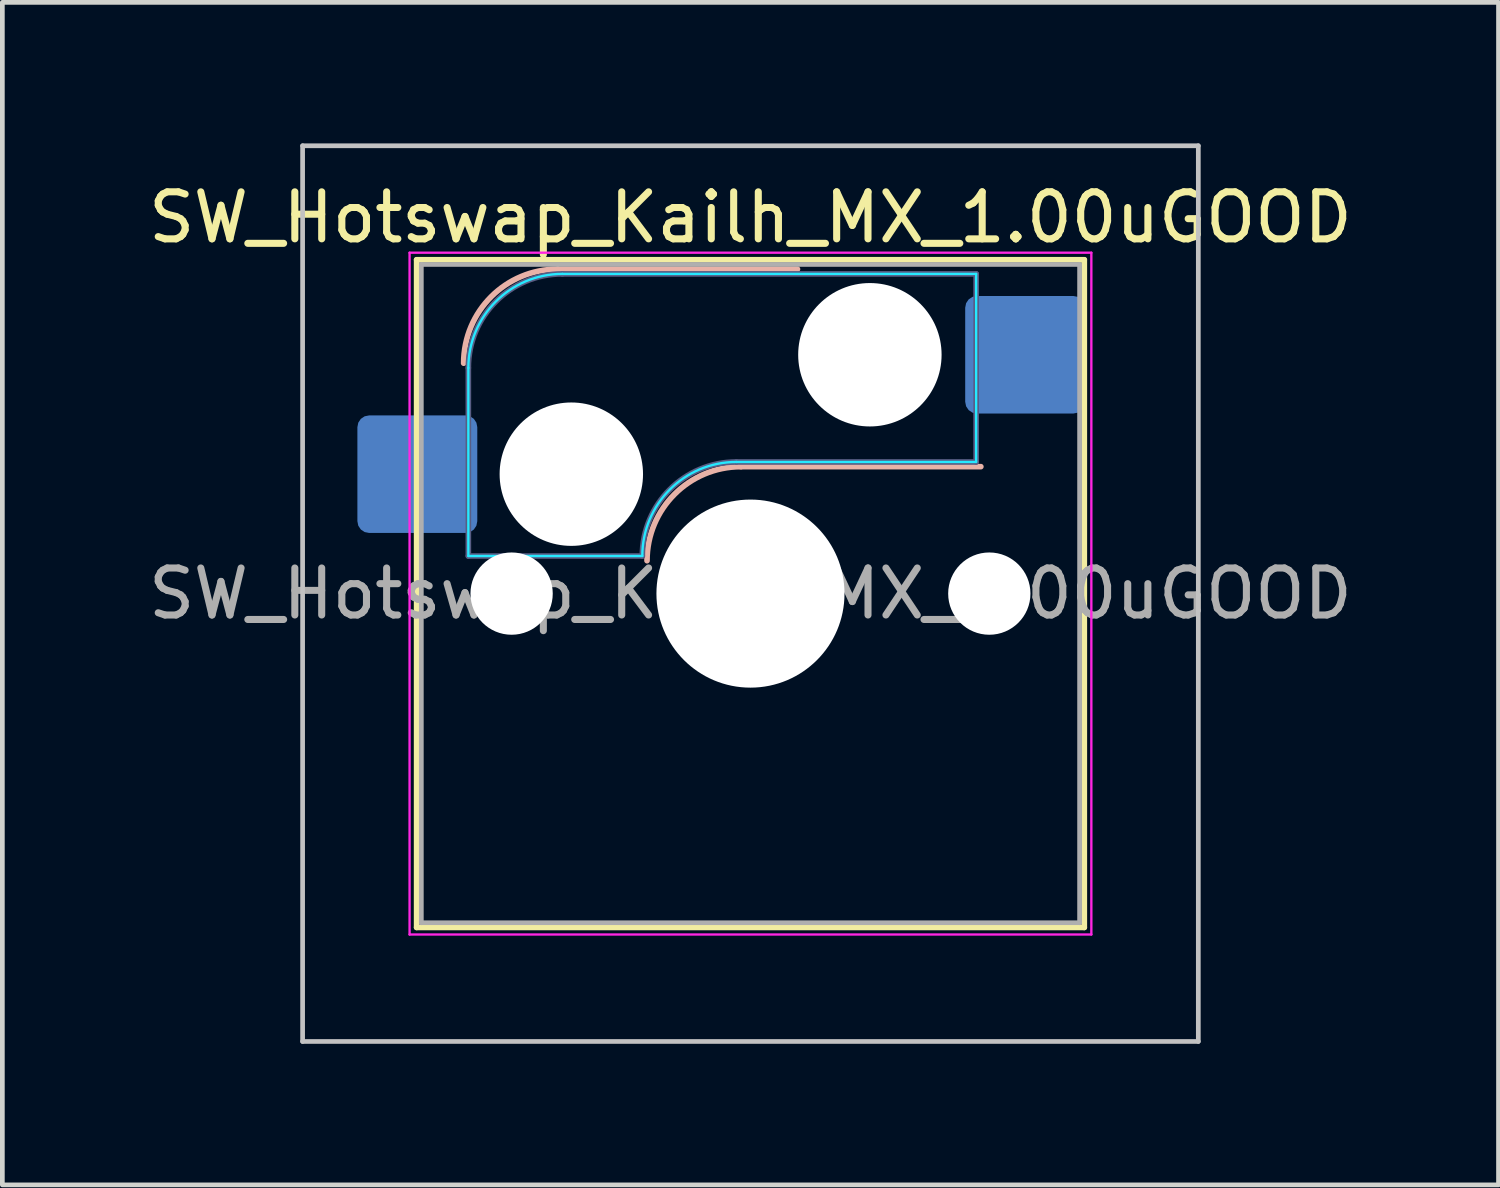
<source format=kicad_pcb>
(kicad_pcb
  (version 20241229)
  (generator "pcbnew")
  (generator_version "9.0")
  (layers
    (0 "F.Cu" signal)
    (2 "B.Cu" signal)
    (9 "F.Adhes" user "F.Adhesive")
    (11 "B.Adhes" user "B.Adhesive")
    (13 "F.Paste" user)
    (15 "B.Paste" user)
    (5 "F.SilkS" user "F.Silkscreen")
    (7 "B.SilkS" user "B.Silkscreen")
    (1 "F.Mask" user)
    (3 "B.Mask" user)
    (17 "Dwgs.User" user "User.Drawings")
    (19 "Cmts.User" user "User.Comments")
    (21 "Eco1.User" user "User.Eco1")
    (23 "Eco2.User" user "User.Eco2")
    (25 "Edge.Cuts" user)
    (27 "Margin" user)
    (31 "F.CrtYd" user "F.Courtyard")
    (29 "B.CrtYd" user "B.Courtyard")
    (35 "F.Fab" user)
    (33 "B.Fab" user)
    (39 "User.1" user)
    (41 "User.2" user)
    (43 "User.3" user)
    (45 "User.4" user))
  (footprint "SW_Hotswap_Kailh_MX_1.00uGOOD"
    (layer "F.Cu")
    (at 12.911 9.575)
    (property "Reference" "SW_Hotswap_Kailh_MX_1.00uGOOD" (at 0 -8 0) (layer "F.SilkS") (effects (font (size 1 1) (thickness 0.15))))
    (attr smd)
    (fp_line (start -7.1 -7.1) (end -7.1 7.1) (stroke (width 0.12) (type solid)) (layer "F.SilkS"))
    (fp_line (start -7.1 7.1) (end 7.1 7.1) (stroke (width 0.12) (type solid)) (layer "F.SilkS"))
    (fp_line (start 7.1 -7.1) (end -7.1 -7.1) (stroke (width 0.12) (type solid)) (layer "F.SilkS"))
    (fp_line (start 7.1 7.1) (end 7.1 -7.1) (stroke (width 0.12) (type solid)) (layer "F.SilkS"))
    (fp_line (start -4.1 -6.9) (end 1 -6.9) (stroke (width 0.12) (type solid)) (layer "B.SilkS"))
    (fp_line (start -0.2 -2.7) (end 4.9 -2.7) (stroke (width 0.12) (type solid)) (layer "B.SilkS"))
    (fp_arc (start -6.1 -4.9) (mid -5.514214 -6.314214) (end -4.1 -6.9) (stroke (width 0.12) (type solid)) (layer "B.SilkS"))
    (fp_arc (start -2.2 -0.7) (mid -1.614214 -2.114214) (end -0.2 -2.7) (stroke (width 0.12) (type solid)) (layer "B.SilkS"))
    (fp_line (start -9.525 -9.525) (end -9.525 9.525) (stroke (width 0.1) (type solid)) (layer "Dwgs.User"))
    (fp_line (start -9.525 9.525) (end 9.525 9.525) (stroke (width 0.1) (type solid)) (layer "Dwgs.User"))
    (fp_line (start 9.525 -9.525) (end -9.525 -9.525) (stroke (width 0.1) (type solid)) (layer "Dwgs.User"))
    (fp_line (start 9.525 9.525) (end 9.525 -9.525) (stroke (width 0.1) (type solid)) (layer "Dwgs.User"))
    (fp_line (start -7.8 -6) (end -7 -6) (stroke (width 0.1) (type solid)) (layer "Eco1.User"))
    (fp_line (start -7.8 -2.9) (end -7.8 -6) (stroke (width 0.1) (type solid)) (layer "Eco1.User"))
    (fp_line (start -7.8 2.9) (end -7 2.9) (stroke (width 0.1) (type solid)) (layer "Eco1.User"))
    (fp_line (start -7.8 6) (end -7.8 2.9) (stroke (width 0.1) (type solid)) (layer "Eco1.User"))
    (fp_line (start -7 -7) (end 7 -7) (stroke (width 0.1) (type solid)) (layer "Eco1.User"))
    (fp_line (start -7 -6) (end -7 -7) (stroke (width 0.1) (type solid)) (layer "Eco1.User"))
    (fp_line (start -7 -2.9) (end -7.8 -2.9) (stroke (width 0.1) (type solid)) (layer "Eco1.User"))
    (fp_line (start -7 2.9) (end -7 -2.9) (stroke (width 0.1) (type solid)) (layer "Eco1.User"))
    (fp_line (start -7 6) (end -7.8 6) (stroke (width 0.1) (type solid)) (layer "Eco1.User"))
    (fp_line (start -7 7) (end -7 6) (stroke (width 0.1) (type solid)) (layer "Eco1.User"))
    (fp_line (start 7 -7) (end 7 -6) (stroke (width 0.1) (type solid)) (layer "Eco1.User"))
    (fp_line (start 7 -6) (end 7.8 -6) (stroke (width 0.1) (type solid)) (layer "Eco1.User"))
    (fp_line (start 7 -2.9) (end 7 2.9) (stroke (width 0.1) (type solid)) (layer "Eco1.User"))
    (fp_line (start 7 2.9) (end 7.8 2.9) (stroke (width 0.1) (type solid)) (layer "Eco1.User"))
    (fp_line (start 7 6) (end 7 7) (stroke (width 0.1) (type solid)) (layer "Eco1.User"))
    (fp_line (start 7 7) (end -7 7) (stroke (width 0.1) (type solid)) (layer "Eco1.User"))
    (fp_line (start 7.8 -6) (end 7.8 -2.9) (stroke (width 0.1) (type solid)) (layer "Eco1.User"))
    (fp_line (start 7.8 -2.9) (end 7 -2.9) (stroke (width 0.1) (type solid)) (layer "Eco1.User"))
    (fp_line (start 7.8 2.9) (end 7.8 6) (stroke (width 0.1) (type solid)) (layer "Eco1.User"))
    (fp_line (start 7.8 6) (end 7 6) (stroke (width 0.1) (type solid)) (layer "Eco1.User"))
    (fp_line (start -6 -0.8) (end -6 -4.8) (stroke (width 0.05) (type solid)) (layer "B.CrtYd"))
    (fp_line (start -6 -0.8) (end -2.3 -0.8) (stroke (width 0.05) (type solid)) (layer "B.CrtYd"))
    (fp_line (start -4 -6.8) (end 4.8 -6.8) (stroke (width 0.05) (type solid)) (layer "B.CrtYd"))
    (fp_line (start -0.3 -2.8) (end 4.8 -2.8) (stroke (width 0.05) (type solid)) (layer "B.CrtYd"))
    (fp_line (start 4.8 -6.8) (end 4.8 -2.8) (stroke (width 0.05) (type solid)) (layer "B.CrtYd"))
    (fp_arc (start -6 -4.8) (mid -5.414214 -6.214214) (end -4 -6.8) (stroke (width 0.05) (type solid)) (layer "B.CrtYd"))
    (fp_arc (start -2.3 -0.8) (mid -1.714214 -2.214214) (end -0.3 -2.8) (stroke (width 0.05) (type solid)) (layer "B.CrtYd"))
    (fp_line (start -7.25 -7.25) (end -7.25 7.25) (stroke (width 0.05) (type solid)) (layer "F.CrtYd"))
    (fp_line (start -7.25 7.25) (end 7.25 7.25) (stroke (width 0.05) (type solid)) (layer "F.CrtYd"))
    (fp_line (start 7.25 -7.25) (end -7.25 -7.25) (stroke (width 0.05) (type solid)) (layer "F.CrtYd"))
    (fp_line (start 7.25 7.25) (end 7.25 -7.25) (stroke (width 0.05) (type solid)) (layer "F.CrtYd"))
    (fp_line (start -6 -0.8) (end -6 -4.8) (stroke (width 0.12) (type solid)) (layer "B.Fab"))
    (fp_line (start -6 -0.8) (end -2.3 -0.8) (stroke (width 0.12) (type solid)) (layer "B.Fab"))
    (fp_line (start -4 -6.8) (end 4.8 -6.8) (stroke (width 0.12) (type solid)) (layer "B.Fab"))
    (fp_line (start -0.3 -2.8) (end 4.8 -2.8) (stroke (width 0.12) (type solid)) (layer "B.Fab"))
    (fp_line (start 4.8 -6.8) (end 4.8 -2.8) (stroke (width 0.12) (type solid)) (layer "B.Fab"))
    (fp_arc (start -6 -4.8) (mid -5.414214 -6.214214) (end -4 -6.8) (stroke (width 0.12) (type solid)) (layer "B.Fab"))
    (fp_arc (start -2.3 -0.8) (mid -1.714214 -2.214214) (end -0.3 -2.8) (stroke (width 0.12) (type solid)) (layer "B.Fab"))
    (fp_line (start -7 -7) (end -7 7) (stroke (width 0.1) (type solid)) (layer "F.Fab"))
    (fp_line (start -7 7) (end 7 7) (stroke (width 0.1) (type solid)) (layer "F.Fab"))
    (fp_line (start 7 -7) (end -7 -7) (stroke (width 0.1) (type solid)) (layer "F.Fab"))
    (fp_line (start 7 7) (end 7 -7) (stroke (width 0.1) (type solid)) (layer "F.Fab"))
    (fp_text user "${REFERENCE}" (at 0 0 0) (layer "F.Fab") (effects (font (size 1 1) (thickness 0.15))))
    (pad "" np_thru_hole circle (at -5.08 0) (size 1.75 1.75) (drill 1.75) (layers "*.Cu" "*.Mask"))
    (pad "" np_thru_hole circle (at -3.81 -2.54) (size 3.05 3.05) (drill 3.05) (layers "*.Cu" "*.Mask"))
    (pad "" np_thru_hole circle (at 0 0) (size 4 4) (drill 4) (layers "*.Cu" "*.Mask"))
    (pad "" np_thru_hole circle (at 2.54 -5.08) (size 3.05 3.05) (drill 3.05) (layers "*.Cu" "*.Mask"))
    (pad "" np_thru_hole circle (at 5.08 0) (size 1.75 1.75) (drill 1.75) (layers "*.Cu" "*.Mask"))
    (pad "1" smd roundrect (at -7.085 -2.54) (size 2.55 2.5) (layers "B.Cu" "B.Mask" "B.Paste") (roundrect_rratio 0.1))
    (pad "2" smd roundrect (at 5.842 -5.08) (size 2.55 2.5) (layers "B.Cu" "B.Mask" "B.Paste") (roundrect_rratio 0.1)))
  (gr_rect
    (start -3 -3)
    (end 28.821 22.15)
    (stroke (width 0.1) (type default))
    (fill no)
    (layer "Edge.Cuts")))
</source>
